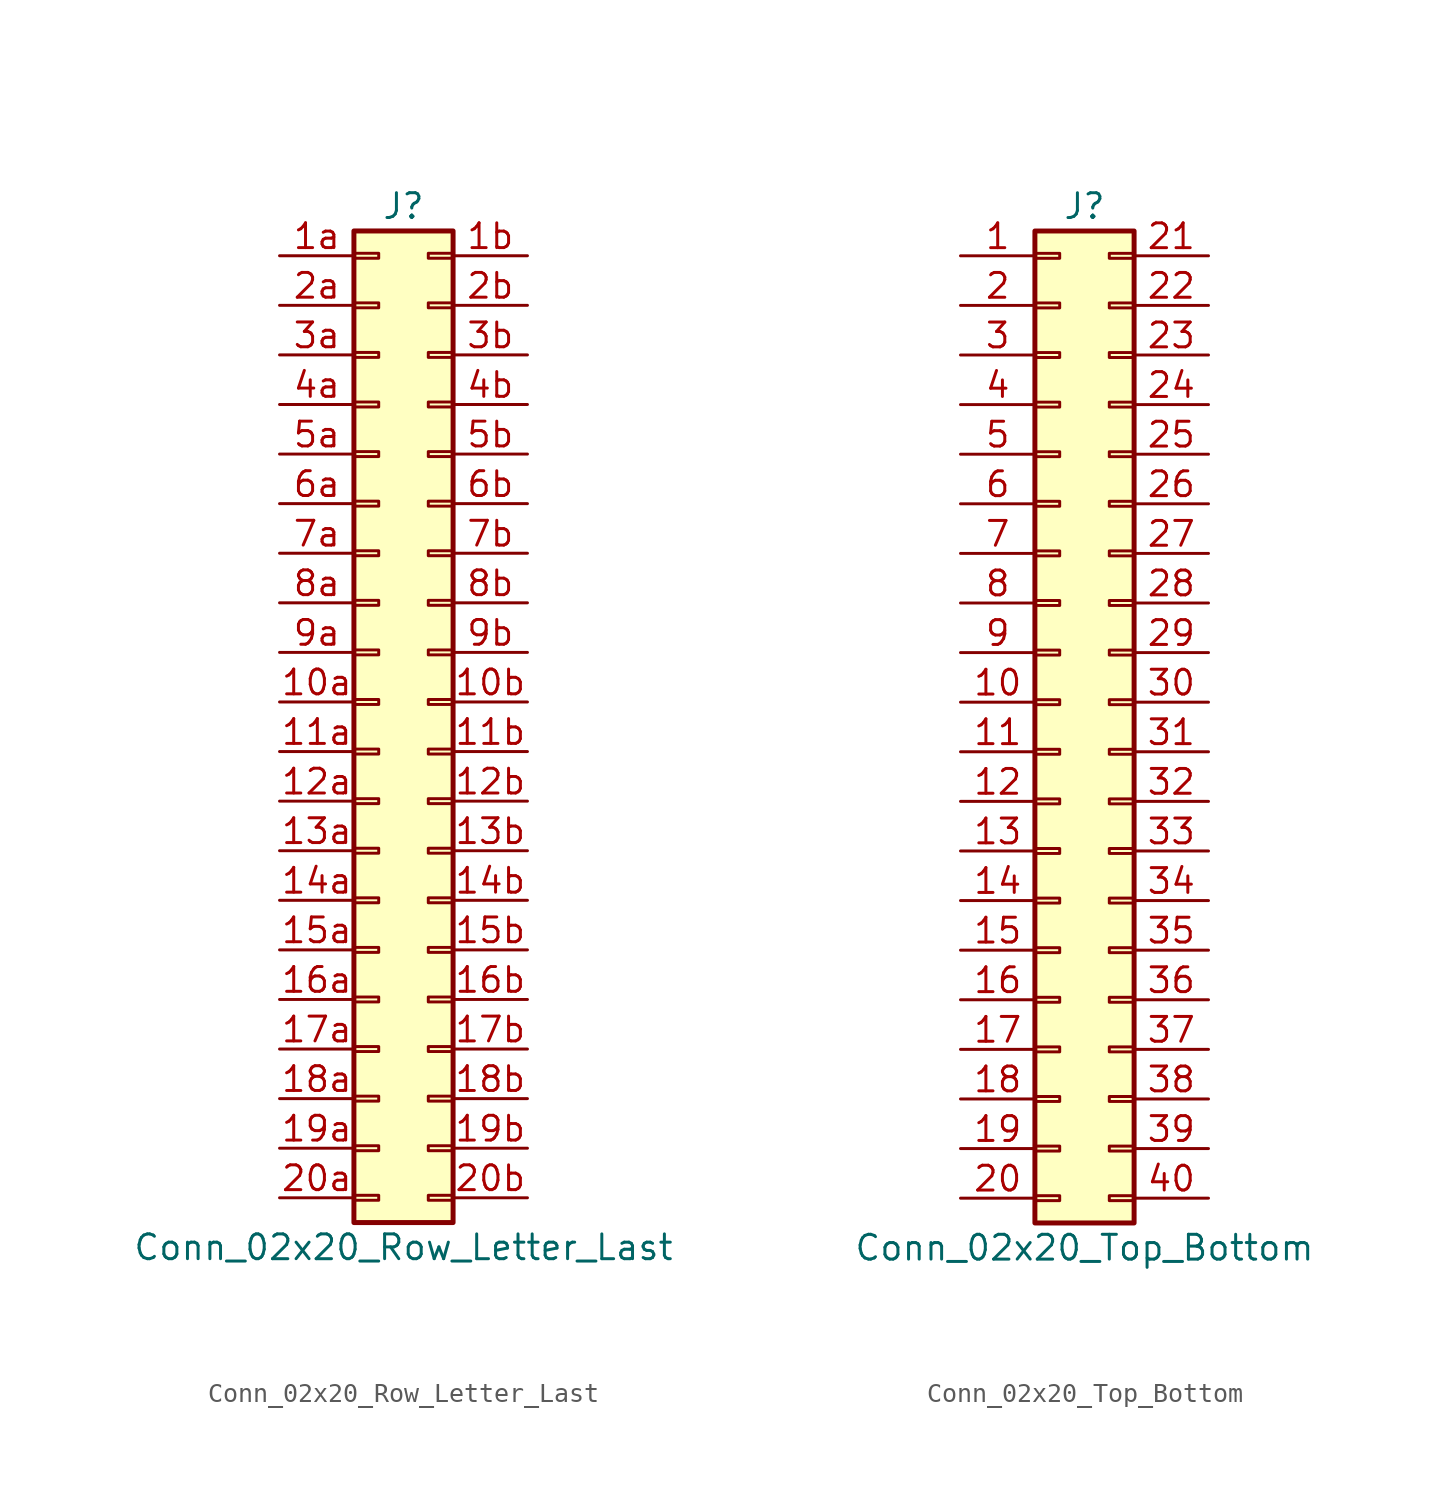
<source format=kicad_sym>
(kicad_symbol_lib
  (version 20211014)
  (generator kicad_symbol_editor)
  (symbol "Conn_02x20_Row_Letter_Last"
    (pin_names
      (offset 1.016) hide)
    (property "Reference" "J"
      (at 1.27 25.4 0)
      (effects (font (size 1.27 1.27))))
    (property "Value" "Conn_02x20_Row_Letter_Last"
      (at 1.27 -27.94 0)
      (effects (font (size 1.27 1.27))))
    (symbol "Conn_02x20_Row_Letter_Last_1_1"
      (rectangle (start -1.27 -25.273) (end 0 -25.527) (stroke (width 0.152) (type default) (color 0 0 0 0)) (fill (type none)))
      (rectangle (start -1.27 -22.733) (end 0 -22.987) (stroke (width 0.152) (type default) (color 0 0 0 0)) (fill (type none)))
      (rectangle (start -1.27 -20.193) (end 0 -20.447) (stroke (width 0.152) (type default) (color 0 0 0 0)) (fill (type none)))
      (rectangle (start -1.27 -17.653) (end 0 -17.907) (stroke (width 0.152) (type default) (color 0 0 0 0)) (fill (type none)))
      (rectangle (start -1.27 -15.113) (end 0 -15.367) (stroke (width 0.152) (type default) (color 0 0 0 0)) (fill (type none)))
      (rectangle (start -1.27 -12.573) (end 0 -12.827) (stroke (width 0.152) (type default) (color 0 0 0 0)) (fill (type none)))
      (rectangle (start -1.27 -10.033) (end 0 -10.287) (stroke (width 0.152) (type default) (color 0 0 0 0)) (fill (type none)))
      (rectangle (start -1.27 -7.493) (end 0 -7.747) (stroke (width 0.152) (type default) (color 0 0 0 0)) (fill (type none)))
      (rectangle (start -1.27 -4.953) (end 0 -5.207) (stroke (width 0.152) (type default) (color 0 0 0 0)) (fill (type none)))
      (rectangle (start -1.27 -2.413) (end 0 -2.667) (stroke (width 0.152) (type default) (color 0 0 0 0)) (fill (type none)))
      (rectangle (start -1.27 0.127) (end 0 -0.127) (stroke (width 0.152) (type default) (color 0 0 0 0)) (fill (type none)))
      (rectangle (start -1.27 2.667) (end 0 2.413) (stroke (width 0.152) (type default) (color 0 0 0 0)) (fill (type none)))
      (rectangle (start -1.27 5.207) (end 0 4.953) (stroke (width 0.152) (type default) (color 0 0 0 0)) (fill (type none)))
      (rectangle (start -1.27 7.747) (end 0 7.493) (stroke (width 0.152) (type default) (color 0 0 0 0)) (fill (type none)))
      (rectangle (start -1.27 10.287) (end 0 10.033) (stroke (width 0.152) (type default) (color 0 0 0 0)) (fill (type none)))
      (rectangle (start -1.27 12.827) (end 0 12.573) (stroke (width 0.152) (type default) (color 0 0 0 0)) (fill (type none)))
      (rectangle (start -1.27 15.367) (end 0 15.113) (stroke (width 0.152) (type default) (color 0 0 0 0)) (fill (type none)))
      (rectangle (start -1.27 17.907) (end 0 17.653) (stroke (width 0.152) (type default) (color 0 0 0 0)) (fill (type none)))
      (rectangle (start -1.27 20.447) (end 0 20.193) (stroke (width 0.152) (type default) (color 0 0 0 0)) (fill (type none)))
      (rectangle (start -1.27 22.987) (end 0 22.733) (stroke (width 0.152) (type default) (color 0 0 0 0)) (fill (type none)))
      (rectangle (start -1.27 24.13) (end 3.81 -26.67) (stroke (width 0.254) (type default) (color 0 0 0 0)) (fill (type background)))
      (rectangle (start 3.81 -25.273) (end 2.54 -25.527) (stroke (width 0.152) (type default) (color 0 0 0 0)) (fill (type none)))
      (rectangle (start 3.81 -22.733) (end 2.54 -22.987) (stroke (width 0.152) (type default) (color 0 0 0 0)) (fill (type none)))
      (rectangle (start 3.81 -20.193) (end 2.54 -20.447) (stroke (width 0.152) (type default) (color 0 0 0 0)) (fill (type none)))
      (rectangle (start 3.81 -17.653) (end 2.54 -17.907) (stroke (width 0.152) (type default) (color 0 0 0 0)) (fill (type none)))
      (rectangle (start 3.81 -15.113) (end 2.54 -15.367) (stroke (width 0.152) (type default) (color 0 0 0 0)) (fill (type none)))
      (rectangle (start 3.81 -12.573) (end 2.54 -12.827) (stroke (width 0.152) (type default) (color 0 0 0 0)) (fill (type none)))
      (rectangle (start 3.81 -10.033) (end 2.54 -10.287) (stroke (width 0.152) (type default) (color 0 0 0 0)) (fill (type none)))
      (rectangle (start 3.81 -7.493) (end 2.54 -7.747) (stroke (width 0.152) (type default) (color 0 0 0 0)) (fill (type none)))
      (rectangle (start 3.81 -4.953) (end 2.54 -5.207) (stroke (width 0.152) (type default) (color 0 0 0 0)) (fill (type none)))
      (rectangle (start 3.81 -2.413) (end 2.54 -2.667) (stroke (width 0.152) (type default) (color 0 0 0 0)) (fill (type none)))
      (rectangle (start 3.81 0.127) (end 2.54 -0.127) (stroke (width 0.152) (type default) (color 0 0 0 0)) (fill (type none)))
      (rectangle (start 3.81 2.667) (end 2.54 2.413) (stroke (width 0.152) (type default) (color 0 0 0 0)) (fill (type none)))
      (rectangle (start 3.81 5.207) (end 2.54 4.953) (stroke (width 0.152) (type default) (color 0 0 0 0)) (fill (type none)))
      (rectangle (start 3.81 7.747) (end 2.54 7.493) (stroke (width 0.152) (type default) (color 0 0 0 0)) (fill (type none)))
      (rectangle (start 3.81 10.287) (end 2.54 10.033) (stroke (width 0.152) (type default) (color 0 0 0 0)) (fill (type none)))
      (rectangle (start 3.81 12.827) (end 2.54 12.573) (stroke (width 0.152) (type default) (color 0 0 0 0)) (fill (type none)))
      (rectangle (start 3.81 15.367) (end 2.54 15.113) (stroke (width 0.152) (type default) (color 0 0 0 0)) (fill (type none)))
      (rectangle (start 3.81 17.907) (end 2.54 17.653) (stroke (width 0.152) (type default) (color 0 0 0 0)) (fill (type none)))
      (rectangle (start 3.81 20.447) (end 2.54 20.193) (stroke (width 0.152) (type default) (color 0 0 0 0)) (fill (type none)))
      (rectangle (start 3.81 22.987) (end 2.54 22.733) (stroke (width 0.152) (type default) (color 0 0 0 0)) (fill (type none)))
      (pin passive line (at -5.08 0 0) (length 3.81) (name "Pin_10a" (effects (font (size 1.27 1.27)))) (number "10a" (effects (font (size 1.27 1.27)))))
      (pin passive line (at 7.62 0 180) (length 3.81) (name "Pin_10b" (effects (font (size 1.27 1.27)))) (number "10b" (effects (font (size 1.27 1.27)))))
      (pin passive line (at -5.08 -2.54 0) (length 3.81) (name "Pin_11a" (effects (font (size 1.27 1.27)))) (number "11a" (effects (font (size 1.27 1.27)))))
      (pin passive line (at 7.62 -2.54 180) (length 3.81) (name "Pin_11b" (effects (font (size 1.27 1.27)))) (number "11b" (effects (font (size 1.27 1.27)))))
      (pin passive line (at -5.08 -5.08 0) (length 3.81) (name "Pin_12a" (effects (font (size 1.27 1.27)))) (number "12a" (effects (font (size 1.27 1.27)))))
      (pin passive line (at 7.62 -5.08 180) (length 3.81) (name "Pin_12b" (effects (font (size 1.27 1.27)))) (number "12b" (effects (font (size 1.27 1.27)))))
      (pin passive line (at -5.08 -7.62 0) (length 3.81) (name "Pin_13a" (effects (font (size 1.27 1.27)))) (number "13a" (effects (font (size 1.27 1.27)))))
      (pin passive line (at 7.62 -7.62 180) (length 3.81) (name "Pin_13b" (effects (font (size 1.27 1.27)))) (number "13b" (effects (font (size 1.27 1.27)))))
      (pin passive line (at -5.08 -10.16 0) (length 3.81) (name "Pin_14a" (effects (font (size 1.27 1.27)))) (number "14a" (effects (font (size 1.27 1.27)))))
      (pin passive line (at 7.62 -10.16 180) (length 3.81) (name "Pin_14b" (effects (font (size 1.27 1.27)))) (number "14b" (effects (font (size 1.27 1.27)))))
      (pin passive line (at -5.08 -12.7 0) (length 3.81) (name "Pin_15a" (effects (font (size 1.27 1.27)))) (number "15a" (effects (font (size 1.27 1.27)))))
      (pin passive line (at 7.62 -12.7 180) (length 3.81) (name "Pin_15b" (effects (font (size 1.27 1.27)))) (number "15b" (effects (font (size 1.27 1.27)))))
      (pin passive line (at -5.08 -15.24 0) (length 3.81) (name "Pin_16a" (effects (font (size 1.27 1.27)))) (number "16a" (effects (font (size 1.27 1.27)))))
      (pin passive line (at 7.62 -15.24 180) (length 3.81) (name "Pin_16b" (effects (font (size 1.27 1.27)))) (number "16b" (effects (font (size 1.27 1.27)))))
      (pin passive line (at -5.08 -17.78 0) (length 3.81) (name "Pin_17a" (effects (font (size 1.27 1.27)))) (number "17a" (effects (font (size 1.27 1.27)))))
      (pin passive line (at 7.62 -17.78 180) (length 3.81) (name "Pin_17b" (effects (font (size 1.27 1.27)))) (number "17b" (effects (font (size 1.27 1.27)))))
      (pin passive line (at -5.08 -20.32 0) (length 3.81) (name "Pin_18a" (effects (font (size 1.27 1.27)))) (number "18a" (effects (font (size 1.27 1.27)))))
      (pin passive line (at 7.62 -20.32 180) (length 3.81) (name "Pin_18b" (effects (font (size 1.27 1.27)))) (number "18b" (effects (font (size 1.27 1.27)))))
      (pin passive line (at -5.08 -22.86 0) (length 3.81) (name "Pin_19a" (effects (font (size 1.27 1.27)))) (number "19a" (effects (font (size 1.27 1.27)))))
      (pin passive line (at 7.62 -22.86 180) (length 3.81) (name "Pin_19b" (effects (font (size 1.27 1.27)))) (number "19b" (effects (font (size 1.27 1.27)))))
      (pin passive line (at -5.08 22.86 0) (length 3.81) (name "Pin_1a" (effects (font (size 1.27 1.27)))) (number "1a" (effects (font (size 1.27 1.27)))))
      (pin passive line (at 7.62 22.86 180) (length 3.81) (name "Pin_1b" (effects (font (size 1.27 1.27)))) (number "1b" (effects (font (size 1.27 1.27)))))
      (pin passive line (at -5.08 -25.4 0) (length 3.81) (name "Pin_20a" (effects (font (size 1.27 1.27)))) (number "20a" (effects (font (size 1.27 1.27)))))
      (pin passive line (at 7.62 -25.4 180) (length 3.81) (name "Pin_20b" (effects (font (size 1.27 1.27)))) (number "20b" (effects (font (size 1.27 1.27)))))
      (pin passive line (at -5.08 20.32 0) (length 3.81) (name "Pin_2a" (effects (font (size 1.27 1.27)))) (number "2a" (effects (font (size 1.27 1.27)))))
      (pin passive line (at 7.62 20.32 180) (length 3.81) (name "Pin_2b" (effects (font (size 1.27 1.27)))) (number "2b" (effects (font (size 1.27 1.27)))))
      (pin passive line (at -5.08 17.78 0) (length 3.81) (name "Pin_3a" (effects (font (size 1.27 1.27)))) (number "3a" (effects (font (size 1.27 1.27)))))
      (pin passive line (at 7.62 17.78 180) (length 3.81) (name "Pin_3b" (effects (font (size 1.27 1.27)))) (number "3b" (effects (font (size 1.27 1.27)))))
      (pin passive line (at -5.08 15.24 0) (length 3.81) (name "Pin_4a" (effects (font (size 1.27 1.27)))) (number "4a" (effects (font (size 1.27 1.27)))))
      (pin passive line (at 7.62 15.24 180) (length 3.81) (name "Pin_4b" (effects (font (size 1.27 1.27)))) (number "4b" (effects (font (size 1.27 1.27)))))
      (pin passive line (at -5.08 12.7 0) (length 3.81) (name "Pin_5a" (effects (font (size 1.27 1.27)))) (number "5a" (effects (font (size 1.27 1.27)))))
      (pin passive line (at 7.62 12.7 180) (length 3.81) (name "Pin_5b" (effects (font (size 1.27 1.27)))) (number "5b" (effects (font (size 1.27 1.27)))))
      (pin passive line (at -5.08 10.16 0) (length 3.81) (name "Pin_6a" (effects (font (size 1.27 1.27)))) (number "6a" (effects (font (size 1.27 1.27)))))
      (pin passive line (at 7.62 10.16 180) (length 3.81) (name "Pin_6b" (effects (font (size 1.27 1.27)))) (number "6b" (effects (font (size 1.27 1.27)))))
      (pin passive line (at -5.08 7.62 0) (length 3.81) (name "Pin_7a" (effects (font (size 1.27 1.27)))) (number "7a" (effects (font (size 1.27 1.27)))))
      (pin passive line (at 7.62 7.62 180) (length 3.81) (name "Pin_7b" (effects (font (size 1.27 1.27)))) (number "7b" (effects (font (size 1.27 1.27)))))
      (pin passive line (at -5.08 5.08 0) (length 3.81) (name "Pin_8a" (effects (font (size 1.27 1.27)))) (number "8a" (effects (font (size 1.27 1.27)))))
      (pin passive line (at 7.62 5.08 180) (length 3.81) (name "Pin_8b" (effects (font (size 1.27 1.27)))) (number "8b" (effects (font (size 1.27 1.27)))))
      (pin passive line (at -5.08 2.54 0) (length 3.81) (name "Pin_9a" (effects (font (size 1.27 1.27)))) (number "9a" (effects (font (size 1.27 1.27)))))
      (pin passive line (at 7.62 2.54 180) (length 3.81) (name "Pin_9b" (effects (font (size 1.27 1.27)))) (number "9b" (effects (font (size 1.27 1.27)))))))
  (symbol "Conn_02x20_Top_Bottom"
    (pin_names
      (offset 1.016) hide)
    (property "Reference" "J"
      (at 1.27 25.4 0)
      (effects (font (size 1.27 1.27))))
    (property "Value" "Conn_02x20_Top_Bottom"
      (at 1.27 -27.94 0)
      (effects (font (size 1.27 1.27))))
    (symbol "Conn_02x20_Top_Bottom_1_1"
      (rectangle (start -1.27 -25.273) (end 0 -25.527) (stroke (width 0.152) (type default) (color 0 0 0 0)) (fill (type none)))
      (rectangle (start -1.27 -22.733) (end 0 -22.987) (stroke (width 0.152) (type default) (color 0 0 0 0)) (fill (type none)))
      (rectangle (start -1.27 -20.193) (end 0 -20.447) (stroke (width 0.152) (type default) (color 0 0 0 0)) (fill (type none)))
      (rectangle (start -1.27 -17.653) (end 0 -17.907) (stroke (width 0.152) (type default) (color 0 0 0 0)) (fill (type none)))
      (rectangle (start -1.27 -15.113) (end 0 -15.367) (stroke (width 0.152) (type default) (color 0 0 0 0)) (fill (type none)))
      (rectangle (start -1.27 -12.573) (end 0 -12.827) (stroke (width 0.152) (type default) (color 0 0 0 0)) (fill (type none)))
      (rectangle (start -1.27 -10.033) (end 0 -10.287) (stroke (width 0.152) (type default) (color 0 0 0 0)) (fill (type none)))
      (rectangle (start -1.27 -7.493) (end 0 -7.747) (stroke (width 0.152) (type default) (color 0 0 0 0)) (fill (type none)))
      (rectangle (start -1.27 -4.953) (end 0 -5.207) (stroke (width 0.152) (type default) (color 0 0 0 0)) (fill (type none)))
      (rectangle (start -1.27 -2.413) (end 0 -2.667) (stroke (width 0.152) (type default) (color 0 0 0 0)) (fill (type none)))
      (rectangle (start -1.27 0.127) (end 0 -0.127) (stroke (width 0.152) (type default) (color 0 0 0 0)) (fill (type none)))
      (rectangle (start -1.27 2.667) (end 0 2.413) (stroke (width 0.152) (type default) (color 0 0 0 0)) (fill (type none)))
      (rectangle (start -1.27 5.207) (end 0 4.953) (stroke (width 0.152) (type default) (color 0 0 0 0)) (fill (type none)))
      (rectangle (start -1.27 7.747) (end 0 7.493) (stroke (width 0.152) (type default) (color 0 0 0 0)) (fill (type none)))
      (rectangle (start -1.27 10.287) (end 0 10.033) (stroke (width 0.152) (type default) (color 0 0 0 0)) (fill (type none)))
      (rectangle (start -1.27 12.827) (end 0 12.573) (stroke (width 0.152) (type default) (color 0 0 0 0)) (fill (type none)))
      (rectangle (start -1.27 15.367) (end 0 15.113) (stroke (width 0.152) (type default) (color 0 0 0 0)) (fill (type none)))
      (rectangle (start -1.27 17.907) (end 0 17.653) (stroke (width 0.152) (type default) (color 0 0 0 0)) (fill (type none)))
      (rectangle (start -1.27 20.447) (end 0 20.193) (stroke (width 0.152) (type default) (color 0 0 0 0)) (fill (type none)))
      (rectangle (start -1.27 22.987) (end 0 22.733) (stroke (width 0.152) (type default) (color 0 0 0 0)) (fill (type none)))
      (rectangle (start -1.27 24.13) (end 3.81 -26.67) (stroke (width 0.254) (type default) (color 0 0 0 0)) (fill (type background)))
      (rectangle (start 3.81 -25.273) (end 2.54 -25.527) (stroke (width 0.152) (type default) (color 0 0 0 0)) (fill (type none)))
      (rectangle (start 3.81 -22.733) (end 2.54 -22.987) (stroke (width 0.152) (type default) (color 0 0 0 0)) (fill (type none)))
      (rectangle (start 3.81 -20.193) (end 2.54 -20.447) (stroke (width 0.152) (type default) (color 0 0 0 0)) (fill (type none)))
      (rectangle (start 3.81 -17.653) (end 2.54 -17.907) (stroke (width 0.152) (type default) (color 0 0 0 0)) (fill (type none)))
      (rectangle (start 3.81 -15.113) (end 2.54 -15.367) (stroke (width 0.152) (type default) (color 0 0 0 0)) (fill (type none)))
      (rectangle (start 3.81 -12.573) (end 2.54 -12.827) (stroke (width 0.152) (type default) (color 0 0 0 0)) (fill (type none)))
      (rectangle (start 3.81 -10.033) (end 2.54 -10.287) (stroke (width 0.152) (type default) (color 0 0 0 0)) (fill (type none)))
      (rectangle (start 3.81 -7.493) (end 2.54 -7.747) (stroke (width 0.152) (type default) (color 0 0 0 0)) (fill (type none)))
      (rectangle (start 3.81 -4.953) (end 2.54 -5.207) (stroke (width 0.152) (type default) (color 0 0 0 0)) (fill (type none)))
      (rectangle (start 3.81 -2.413) (end 2.54 -2.667) (stroke (width 0.152) (type default) (color 0 0 0 0)) (fill (type none)))
      (rectangle (start 3.81 0.127) (end 2.54 -0.127) (stroke (width 0.152) (type default) (color 0 0 0 0)) (fill (type none)))
      (rectangle (start 3.81 2.667) (end 2.54 2.413) (stroke (width 0.152) (type default) (color 0 0 0 0)) (fill (type none)))
      (rectangle (start 3.81 5.207) (end 2.54 4.953) (stroke (width 0.152) (type default) (color 0 0 0 0)) (fill (type none)))
      (rectangle (start 3.81 7.747) (end 2.54 7.493) (stroke (width 0.152) (type default) (color 0 0 0 0)) (fill (type none)))
      (rectangle (start 3.81 10.287) (end 2.54 10.033) (stroke (width 0.152) (type default) (color 0 0 0 0)) (fill (type none)))
      (rectangle (start 3.81 12.827) (end 2.54 12.573) (stroke (width 0.152) (type default) (color 0 0 0 0)) (fill (type none)))
      (rectangle (start 3.81 15.367) (end 2.54 15.113) (stroke (width 0.152) (type default) (color 0 0 0 0)) (fill (type none)))
      (rectangle (start 3.81 17.907) (end 2.54 17.653) (stroke (width 0.152) (type default) (color 0 0 0 0)) (fill (type none)))
      (rectangle (start 3.81 20.447) (end 2.54 20.193) (stroke (width 0.152) (type default) (color 0 0 0 0)) (fill (type none)))
      (rectangle (start 3.81 22.987) (end 2.54 22.733) (stroke (width 0.152) (type default) (color 0 0 0 0)) (fill (type none)))
      (pin passive line (at -5.08 22.86 0) (length 3.81) (name "Pin_1" (effects (font (size 1.27 1.27)))) (number "1" (effects (font (size 1.27 1.27)))))
      (pin passive line (at -5.08 0 0) (length 3.81) (name "Pin_10" (effects (font (size 1.27 1.27)))) (number "10" (effects (font (size 1.27 1.27)))))
      (pin passive line (at -5.08 -2.54 0) (length 3.81) (name "Pin_11" (effects (font (size 1.27 1.27)))) (number "11" (effects (font (size 1.27 1.27)))))
      (pin passive line (at -5.08 -5.08 0) (length 3.81) (name "Pin_12" (effects (font (size 1.27 1.27)))) (number "12" (effects (font (size 1.27 1.27)))))
      (pin passive line (at -5.08 -7.62 0) (length 3.81) (name "Pin_13" (effects (font (size 1.27 1.27)))) (number "13" (effects (font (size 1.27 1.27)))))
      (pin passive line (at -5.08 -10.16 0) (length 3.81) (name "Pin_14" (effects (font (size 1.27 1.27)))) (number "14" (effects (font (size 1.27 1.27)))))
      (pin passive line (at -5.08 -12.7 0) (length 3.81) (name "Pin_15" (effects (font (size 1.27 1.27)))) (number "15" (effects (font (size 1.27 1.27)))))
      (pin passive line (at -5.08 -15.24 0) (length 3.81) (name "Pin_16" (effects (font (size 1.27 1.27)))) (number "16" (effects (font (size 1.27 1.27)))))
      (pin passive line (at -5.08 -17.78 0) (length 3.81) (name "Pin_17" (effects (font (size 1.27 1.27)))) (number "17" (effects (font (size 1.27 1.27)))))
      (pin passive line (at -5.08 -20.32 0) (length 3.81) (name "Pin_18" (effects (font (size 1.27 1.27)))) (number "18" (effects (font (size 1.27 1.27)))))
      (pin passive line (at -5.08 -22.86 0) (length 3.81) (name "Pin_19" (effects (font (size 1.27 1.27)))) (number "19" (effects (font (size 1.27 1.27)))))
      (pin passive line (at -5.08 20.32 0) (length 3.81) (name "Pin_2" (effects (font (size 1.27 1.27)))) (number "2" (effects (font (size 1.27 1.27)))))
      (pin passive line (at -5.08 -25.4 0) (length 3.81) (name "Pin_20" (effects (font (size 1.27 1.27)))) (number "20" (effects (font (size 1.27 1.27)))))
      (pin passive line (at 7.62 22.86 180) (length 3.81) (name "Pin_21" (effects (font (size 1.27 1.27)))) (number "21" (effects (font (size 1.27 1.27)))))
      (pin passive line (at 7.62 20.32 180) (length 3.81) (name "Pin_22" (effects (font (size 1.27 1.27)))) (number "22" (effects (font (size 1.27 1.27)))))
      (pin passive line (at 7.62 17.78 180) (length 3.81) (name "Pin_23" (effects (font (size 1.27 1.27)))) (number "23" (effects (font (size 1.27 1.27)))))
      (pin passive line (at 7.62 15.24 180) (length 3.81) (name "Pin_24" (effects (font (size 1.27 1.27)))) (number "24" (effects (font (size 1.27 1.27)))))
      (pin passive line (at 7.62 12.7 180) (length 3.81) (name "Pin_25" (effects (font (size 1.27 1.27)))) (number "25" (effects (font (size 1.27 1.27)))))
      (pin passive line (at 7.62 10.16 180) (length 3.81) (name "Pin_26" (effects (font (size 1.27 1.27)))) (number "26" (effects (font (size 1.27 1.27)))))
      (pin passive line (at 7.62 7.62 180) (length 3.81) (name "Pin_27" (effects (font (size 1.27 1.27)))) (number "27" (effects (font (size 1.27 1.27)))))
      (pin passive line (at 7.62 5.08 180) (length 3.81) (name "Pin_28" (effects (font (size 1.27 1.27)))) (number "28" (effects (font (size 1.27 1.27)))))
      (pin passive line (at 7.62 2.54 180) (length 3.81) (name "Pin_29" (effects (font (size 1.27 1.27)))) (number "29" (effects (font (size 1.27 1.27)))))
      (pin passive line (at -5.08 17.78 0) (length 3.81) (name "Pin_3" (effects (font (size 1.27 1.27)))) (number "3" (effects (font (size 1.27 1.27)))))
      (pin passive line (at 7.62 0 180) (length 3.81) (name "Pin_30" (effects (font (size 1.27 1.27)))) (number "30" (effects (font (size 1.27 1.27)))))
      (pin passive line (at 7.62 -2.54 180) (length 3.81) (name "Pin_31" (effects (font (size 1.27 1.27)))) (number "31" (effects (font (size 1.27 1.27)))))
      (pin passive line (at 7.62 -5.08 180) (length 3.81) (name "Pin_32" (effects (font (size 1.27 1.27)))) (number "32" (effects (font (size 1.27 1.27)))))
      (pin passive line (at 7.62 -7.62 180) (length 3.81) (name "Pin_33" (effects (font (size 1.27 1.27)))) (number "33" (effects (font (size 1.27 1.27)))))
      (pin passive line (at 7.62 -10.16 180) (length 3.81) (name "Pin_34" (effects (font (size 1.27 1.27)))) (number "34" (effects (font (size 1.27 1.27)))))
      (pin passive line (at 7.62 -12.7 180) (length 3.81) (name "Pin_35" (effects (font (size 1.27 1.27)))) (number "35" (effects (font (size 1.27 1.27)))))
      (pin passive line (at 7.62 -15.24 180) (length 3.81) (name "Pin_36" (effects (font (size 1.27 1.27)))) (number "36" (effects (font (size 1.27 1.27)))))
      (pin passive line (at 7.62 -17.78 180) (length 3.81) (name "Pin_37" (effects (font (size 1.27 1.27)))) (number "37" (effects (font (size 1.27 1.27)))))
      (pin passive line (at 7.62 -20.32 180) (length 3.81) (name "Pin_38" (effects (font (size 1.27 1.27)))) (number "38" (effects (font (size 1.27 1.27)))))
      (pin passive line (at 7.62 -22.86 180) (length 3.81) (name "Pin_39" (effects (font (size 1.27 1.27)))) (number "39" (effects (font (size 1.27 1.27)))))
      (pin passive line (at -5.08 15.24 0) (length 3.81) (name "Pin_4" (effects (font (size 1.27 1.27)))) (number "4" (effects (font (size 1.27 1.27)))))
      (pin passive line (at 7.62 -25.4 180) (length 3.81) (name "Pin_40" (effects (font (size 1.27 1.27)))) (number "40" (effects (font (size 1.27 1.27)))))
      (pin passive line (at -5.08 12.7 0) (length 3.81) (name "Pin_5" (effects (font (size 1.27 1.27)))) (number "5" (effects (font (size 1.27 1.27)))))
      (pin passive line (at -5.08 10.16 0) (length 3.81) (name "Pin_6" (effects (font (size 1.27 1.27)))) (number "6" (effects (font (size 1.27 1.27)))))
      (pin passive line (at -5.08 7.62 0) (length 3.81) (name "Pin_7" (effects (font (size 1.27 1.27)))) (number "7" (effects (font (size 1.27 1.27)))))
      (pin passive line (at -5.08 5.08 0) (length 3.81) (name "Pin_8" (effects (font (size 1.27 1.27)))) (number "8" (effects (font (size 1.27 1.27)))))
      (pin passive line (at -5.08 2.54 0) (length 3.81) (name "Pin_9" (effects (font (size 1.27 1.27)))) (number "9" (effects (font (size 1.27 1.27))))))))
</source>
